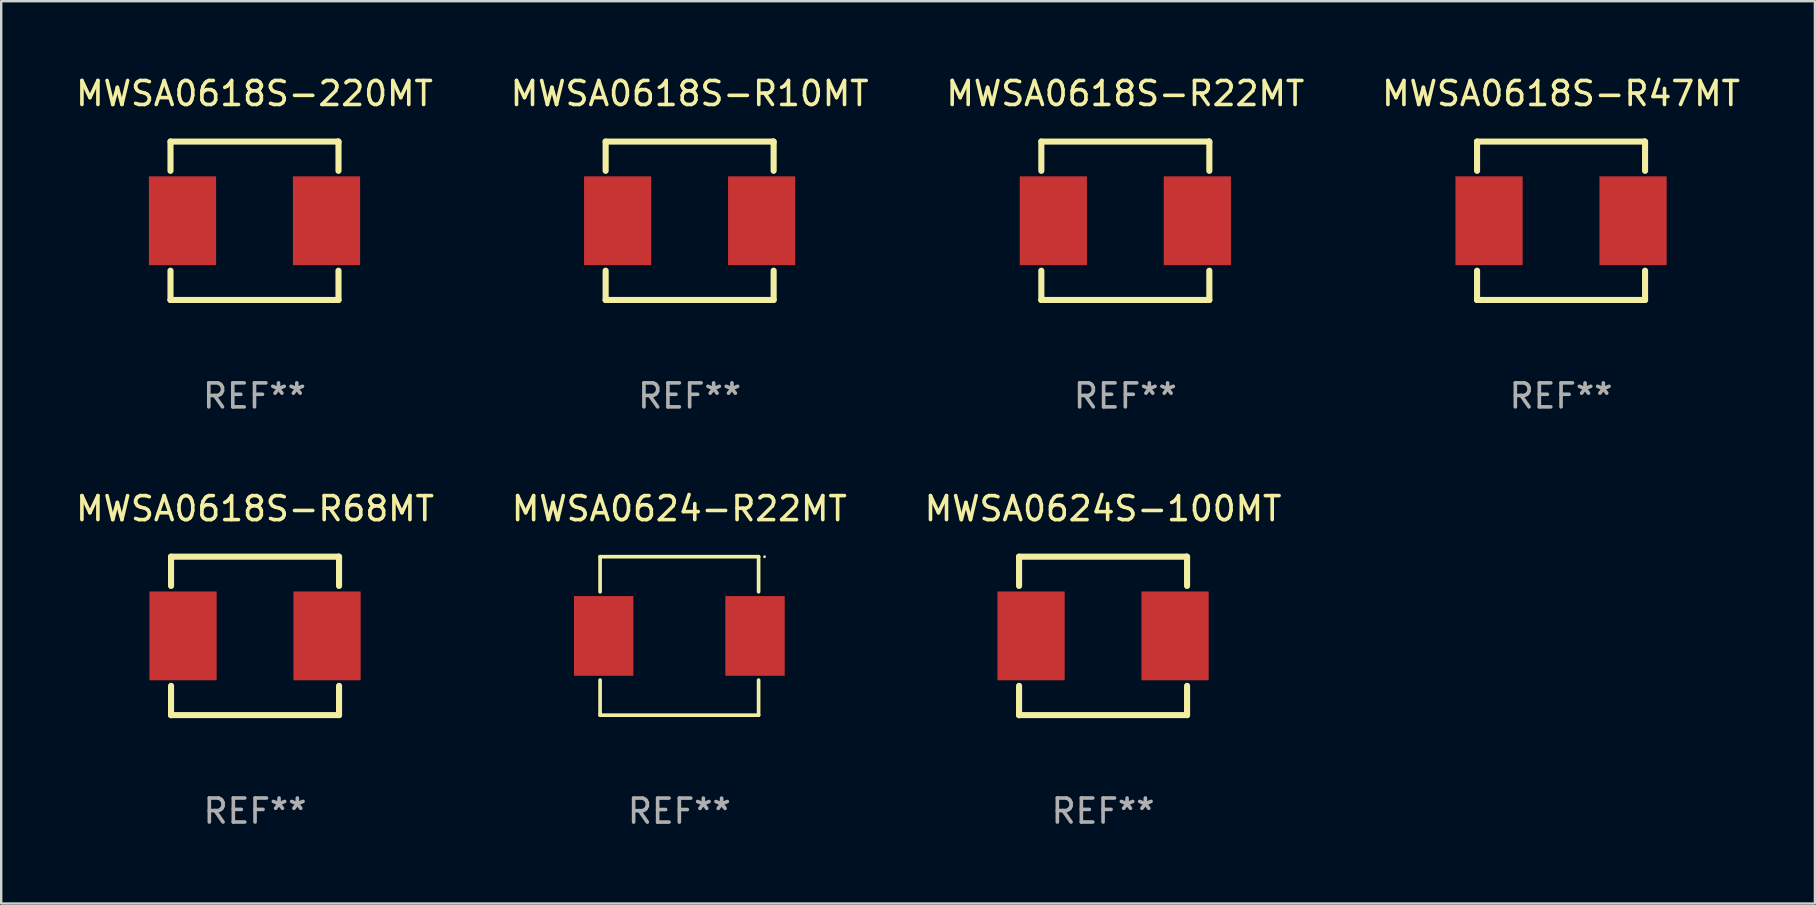
<source format=kicad_pcb>
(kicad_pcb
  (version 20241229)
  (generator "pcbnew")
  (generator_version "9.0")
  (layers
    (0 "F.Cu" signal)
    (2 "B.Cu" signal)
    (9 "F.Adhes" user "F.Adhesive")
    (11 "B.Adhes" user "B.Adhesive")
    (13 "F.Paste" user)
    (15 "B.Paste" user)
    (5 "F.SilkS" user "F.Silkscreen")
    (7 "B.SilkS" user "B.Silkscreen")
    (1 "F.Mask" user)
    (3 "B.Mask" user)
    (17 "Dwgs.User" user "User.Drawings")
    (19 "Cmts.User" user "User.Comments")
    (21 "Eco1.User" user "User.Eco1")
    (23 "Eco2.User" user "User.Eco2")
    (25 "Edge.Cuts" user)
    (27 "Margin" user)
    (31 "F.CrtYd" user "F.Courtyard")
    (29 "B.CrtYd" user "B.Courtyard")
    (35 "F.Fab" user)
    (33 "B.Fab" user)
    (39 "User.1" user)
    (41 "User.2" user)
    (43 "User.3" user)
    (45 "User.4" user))
  (footprint "MWSA0618S-R10MT"
    (layer "F.Cu")
    (at 25.685 6.148)
    (property "Reference" "MWSA0618S-R10MT" (at 0 -5.3 0) (layer "F.SilkS") (effects (font (size 1 1) (thickness 0.15))))
    (attr through_hole)
    (fp_line (start -3.5 -3.3) (end 3.48 -3.3) (stroke (width 0.254) (type solid)) (layer "F.SilkS"))
    (fp_line (start -3.5 -2.081) (end -3.5 -3.3) (stroke (width 0.254) (type solid)) (layer "F.SilkS"))
    (fp_line (start -3.5 3.3) (end -3.5 2.081) (stroke (width 0.254) (type solid)) (layer "F.SilkS"))
    (fp_line (start -3.49 3.3) (end -3.5 3.3) (stroke (width 0.254) (type solid)) (layer "F.SilkS"))
    (fp_line (start 3.48 -3.3) (end 3.5 -3.28) (stroke (width 0.254) (type solid)) (layer "F.SilkS"))
    (fp_line (start 3.5 -3.3) (end 3.5 -2.081) (stroke (width 0.254) (type solid)) (layer "F.SilkS"))
    (fp_line (start 3.5 2.081) (end 3.5 3.3) (stroke (width 0.254) (type solid)) (layer "F.SilkS"))
    (fp_line (start 3.5 3.3) (end -3.49 3.3) (stroke (width 0.254) (type solid)) (layer "F.SilkS"))
    (fp_circle (center -3.5 3.3) (end -3.47 3.3) (stroke (width 0.06) (type solid)) (fill no) (layer "F.SilkS"))
    (fp_text user "REF**" (at 0 7.3 0) (layer "F.Fab") (effects (font (size 1 1) (thickness 0.15))))
    (pad "1" smd rect (at -3 0) (size 2.8 3.7) (layers "F.Cu" "F.Mask" "F.Paste"))
    (pad "2" smd rect (at 3 0) (size 2.8 3.7) (layers "F.Cu" "F.Mask" "F.Paste")))
  (footprint "MWSA0618S-R47MT"
    (layer "F.Cu")
    (at 61.994 6.148)
    (property "Reference" "MWSA0618S-R47MT" (at 0 -5.3 0) (layer "F.SilkS") (effects (font (size 1 1) (thickness 0.15))))
    (attr through_hole)
    (fp_line (start -3.5 -3.3) (end 3.48 -3.3) (stroke (width 0.254) (type solid)) (layer "F.SilkS"))
    (fp_line (start -3.5 -2.081) (end -3.5 -3.3) (stroke (width 0.254) (type solid)) (layer "F.SilkS"))
    (fp_line (start -3.5 3.3) (end -3.5 2.081) (stroke (width 0.254) (type solid)) (layer "F.SilkS"))
    (fp_line (start -3.49 3.3) (end -3.5 3.3) (stroke (width 0.254) (type solid)) (layer "F.SilkS"))
    (fp_line (start 3.48 -3.3) (end 3.5 -3.28) (stroke (width 0.254) (type solid)) (layer "F.SilkS"))
    (fp_line (start 3.5 -3.3) (end 3.5 -2.081) (stroke (width 0.254) (type solid)) (layer "F.SilkS"))
    (fp_line (start 3.5 2.081) (end 3.5 3.3) (stroke (width 0.254) (type solid)) (layer "F.SilkS"))
    (fp_line (start 3.5 3.3) (end -3.49 3.3) (stroke (width 0.254) (type solid)) (layer "F.SilkS"))
    (fp_circle (center -3.5 3.3) (end -3.47 3.3) (stroke (width 0.06) (type solid)) (fill no) (layer "F.SilkS"))
    (fp_text user "REF**" (at 0 7.3 0) (layer "F.Fab") (effects (font (size 1 1) (thickness 0.15))))
    (pad "1" smd rect (at -3 0) (size 2.8 3.7) (layers "F.Cu" "F.Mask" "F.Paste"))
    (pad "2" smd rect (at 3 0) (size 2.8 3.7) (layers "F.Cu" "F.Mask" "F.Paste")))
  (footprint "MWSA0624S-100MT"
    (layer "F.Cu")
    (at 42.911 23.445)
    (property "Reference" "MWSA0624S-100MT" (at 0 -5.3 0) (layer "F.SilkS") (effects (font (size 1 1) (thickness 0.15))))
    (attr through_hole)
    (fp_line (start -3.5 -3.3) (end 3.48 -3.3) (stroke (width 0.254) (type solid)) (layer "F.SilkS"))
    (fp_line (start -3.5 -2.081) (end -3.5 -3.3) (stroke (width 0.254) (type solid)) (layer "F.SilkS"))
    (fp_line (start -3.5 3.3) (end -3.5 2.081) (stroke (width 0.254) (type solid)) (layer "F.SilkS"))
    (fp_line (start -3.49 3.3) (end -3.5 3.3) (stroke (width 0.254) (type solid)) (layer "F.SilkS"))
    (fp_line (start 3.48 -3.3) (end 3.5 -3.28) (stroke (width 0.254) (type solid)) (layer "F.SilkS"))
    (fp_line (start 3.5 -3.3) (end 3.5 -2.081) (stroke (width 0.254) (type solid)) (layer "F.SilkS"))
    (fp_line (start 3.5 2.081) (end 3.5 3.3) (stroke (width 0.254) (type solid)) (layer "F.SilkS"))
    (fp_line (start 3.5 3.3) (end -3.49 3.3) (stroke (width 0.254) (type solid)) (layer "F.SilkS"))
    (fp_circle (center -3.5 3.3) (end -3.47 3.3) (stroke (width 0.06) (type solid)) (fill no) (layer "F.SilkS"))
    (fp_text user "REF**" (at 0 7.3 0) (layer "F.Fab") (effects (font (size 1 1) (thickness 0.15))))
    (pad "1" smd rect (at -3 0) (size 2.8 3.7) (layers "F.Cu" "F.Mask" "F.Paste"))
    (pad "2" smd rect (at 3 0) (size 2.8 3.7) (layers "F.Cu" "F.Mask" "F.Paste")))
  (footprint "MWSA0618S-R68MT"
    (layer "F.Cu")
    (at 7.577 23.445)
    (property "Reference" "MWSA0618S-R68MT" (at 0 -5.3 0) (layer "F.SilkS") (effects (font (size 1 1) (thickness 0.15))))
    (attr through_hole)
    (fp_line (start -3.5 -3.3) (end 3.48 -3.3) (stroke (width 0.254) (type solid)) (layer "F.SilkS"))
    (fp_line (start -3.5 -2.081) (end -3.5 -3.3) (stroke (width 0.254) (type solid)) (layer "F.SilkS"))
    (fp_line (start -3.5 3.3) (end -3.5 2.081) (stroke (width 0.254) (type solid)) (layer "F.SilkS"))
    (fp_line (start -3.49 3.3) (end -3.5 3.3) (stroke (width 0.254) (type solid)) (layer "F.SilkS"))
    (fp_line (start 3.48 -3.3) (end 3.5 -3.28) (stroke (width 0.254) (type solid)) (layer "F.SilkS"))
    (fp_line (start 3.5 -3.3) (end 3.5 -2.081) (stroke (width 0.254) (type solid)) (layer "F.SilkS"))
    (fp_line (start 3.5 2.081) (end 3.5 3.3) (stroke (width 0.254) (type solid)) (layer "F.SilkS"))
    (fp_line (start 3.5 3.3) (end -3.49 3.3) (stroke (width 0.254) (type solid)) (layer "F.SilkS"))
    (fp_circle (center -3.5 3.3) (end -3.47 3.3) (stroke (width 0.06) (type solid)) (fill no) (layer "F.SilkS"))
    (fp_text user "REF**" (at 0 7.3 0) (layer "F.Fab") (effects (font (size 1 1) (thickness 0.15))))
    (pad "1" smd rect (at -3 0) (size 2.8 3.7) (layers "F.Cu" "F.Mask" "F.Paste"))
    (pad "2" smd rect (at 3 0) (size 2.8 3.7) (layers "F.Cu" "F.Mask" "F.Paste")))
  (footprint "MWSA0618S-R22MT"
    (layer "F.Cu")
    (at 43.839 6.148)
    (property "Reference" "MWSA0618S-R22MT" (at 0 -5.3 0) (layer "F.SilkS") (effects (font (size 1 1) (thickness 0.15))))
    (attr through_hole)
    (fp_line (start -3.5 -3.3) (end 3.48 -3.3) (stroke (width 0.254) (type solid)) (layer "F.SilkS"))
    (fp_line (start -3.5 -2.081) (end -3.5 -3.3) (stroke (width 0.254) (type solid)) (layer "F.SilkS"))
    (fp_line (start -3.5 3.3) (end -3.5 2.081) (stroke (width 0.254) (type solid)) (layer "F.SilkS"))
    (fp_line (start -3.49 3.3) (end -3.5 3.3) (stroke (width 0.254) (type solid)) (layer "F.SilkS"))
    (fp_line (start 3.48 -3.3) (end 3.5 -3.28) (stroke (width 0.254) (type solid)) (layer "F.SilkS"))
    (fp_line (start 3.5 -3.3) (end 3.5 -2.081) (stroke (width 0.254) (type solid)) (layer "F.SilkS"))
    (fp_line (start 3.5 2.081) (end 3.5 3.3) (stroke (width 0.254) (type solid)) (layer "F.SilkS"))
    (fp_line (start 3.5 3.3) (end -3.49 3.3) (stroke (width 0.254) (type solid)) (layer "F.SilkS"))
    (fp_circle (center -3.5 3.3) (end -3.47 3.3) (stroke (width 0.06) (type solid)) (fill no) (layer "F.SilkS"))
    (fp_text user "REF**" (at 0 7.3 0) (layer "F.Fab") (effects (font (size 1 1) (thickness 0.15))))
    (pad "1" smd rect (at -3 0) (size 2.8 3.7) (layers "F.Cu" "F.Mask" "F.Paste"))
    (pad "2" smd rect (at 3 0) (size 2.8 3.7) (layers "F.Cu" "F.Mask" "F.Paste")))
  (footprint "MWSA0624-R22MT"
    (layer "F.Cu")
    (at 25.256 23.447)
    (property "Reference" "MWSA0624-R22MT" (at 0 -5.302 0) (layer "F.SilkS") (effects (font (size 1 1) (thickness 0.15))))
    (attr through_hole)
    (fp_line (start -3.302 -3.302) (end -3.302 -1.84) (stroke (width 0.152) (type solid)) (layer "F.SilkS"))
    (fp_line (start -3.302 1.84) (end -3.302 3.302) (stroke (width 0.152) (type solid)) (layer "F.SilkS"))
    (fp_line (start -3.302 3.302) (end 3.302 3.302) (stroke (width 0.152) (type solid)) (layer "F.SilkS"))
    (fp_line (start 3.302 -3.302) (end -3.302 -3.302) (stroke (width 0.152) (type solid)) (layer "F.SilkS"))
    (fp_line (start 3.302 -1.84) (end 3.302 -3.302) (stroke (width 0.152) (type solid)) (layer "F.SilkS"))
    (fp_line (start 3.302 3.302) (end 3.302 1.84) (stroke (width 0.152) (type solid)) (layer "F.SilkS"))
    (fp_circle (center 3.55 -3.3) (end 3.58 -3.3) (stroke (width 0.06) (type solid)) (fill no) (layer "F.SilkS"))
    (fp_text user "REF**" (at 0 7.302 0) (layer "F.Fab") (effects (font (size 1 1) (thickness 0.15))))
    (pad "1" smd rect (at 3.153 0) (size 2.474 3.32) (layers "F.Cu" "F.Mask" "F.Paste"))
    (pad "2" smd rect (at -3.153 0) (size 2.474 3.32) (layers "F.Cu" "F.Mask" "F.Paste")))
  (footprint "MWSA0618S-220MT"
    (layer "F.Cu")
    (at 7.554 6.148)
    (property "Reference" "MWSA0618S-220MT" (at 0 -5.3 0) (layer "F.SilkS") (effects (font (size 1 1) (thickness 0.15))))
    (attr through_hole)
    (fp_line (start -3.5 -3.3) (end 3.48 -3.3) (stroke (width 0.254) (type solid)) (layer "F.SilkS"))
    (fp_line (start -3.5 -2.081) (end -3.5 -3.3) (stroke (width 0.254) (type solid)) (layer "F.SilkS"))
    (fp_line (start -3.5 3.3) (end -3.5 2.081) (stroke (width 0.254) (type solid)) (layer "F.SilkS"))
    (fp_line (start -3.49 3.3) (end -3.5 3.3) (stroke (width 0.254) (type solid)) (layer "F.SilkS"))
    (fp_line (start 3.48 -3.3) (end 3.5 -3.28) (stroke (width 0.254) (type solid)) (layer "F.SilkS"))
    (fp_line (start 3.5 -3.3) (end 3.5 -2.081) (stroke (width 0.254) (type solid)) (layer "F.SilkS"))
    (fp_line (start 3.5 2.081) (end 3.5 3.3) (stroke (width 0.254) (type solid)) (layer "F.SilkS"))
    (fp_line (start 3.5 3.3) (end -3.49 3.3) (stroke (width 0.254) (type solid)) (layer "F.SilkS"))
    (fp_circle (center -3.5 3.3) (end -3.47 3.3) (stroke (width 0.06) (type solid)) (fill no) (layer "F.SilkS"))
    (fp_text user "REF**" (at 0 7.3 0) (layer "F.Fab") (effects (font (size 1 1) (thickness 0.15))))
    (pad "1" smd rect (at -3 0) (size 2.8 3.7) (layers "F.Cu" "F.Mask" "F.Paste"))
    (pad "2" smd rect (at 3 0) (size 2.8 3.7) (layers "F.Cu" "F.Mask" "F.Paste")))
  (gr_rect
    (start -3 -3)
    (end 72.571 34.597)
    (stroke (width 0.1) (type default))
    (fill no)
    (layer "Edge.Cuts")))
</source>
